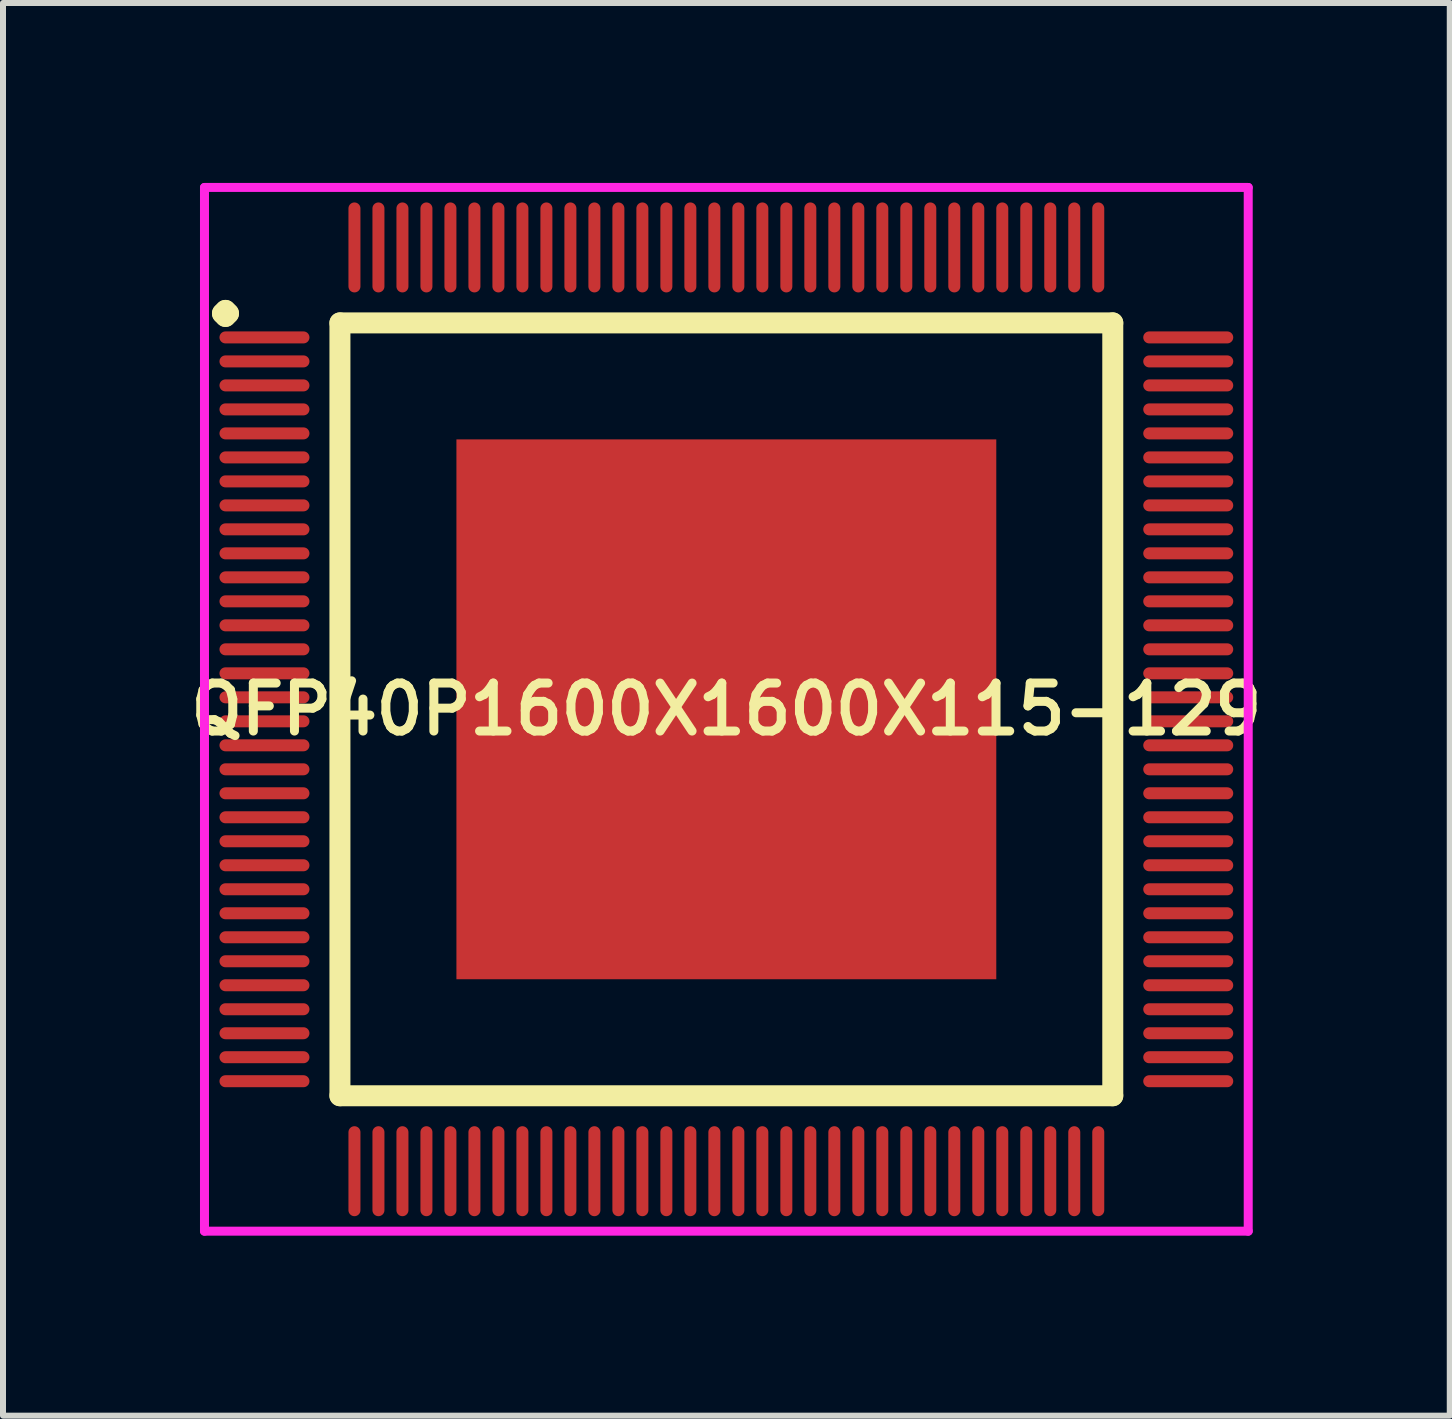
<source format=kicad_pcb>
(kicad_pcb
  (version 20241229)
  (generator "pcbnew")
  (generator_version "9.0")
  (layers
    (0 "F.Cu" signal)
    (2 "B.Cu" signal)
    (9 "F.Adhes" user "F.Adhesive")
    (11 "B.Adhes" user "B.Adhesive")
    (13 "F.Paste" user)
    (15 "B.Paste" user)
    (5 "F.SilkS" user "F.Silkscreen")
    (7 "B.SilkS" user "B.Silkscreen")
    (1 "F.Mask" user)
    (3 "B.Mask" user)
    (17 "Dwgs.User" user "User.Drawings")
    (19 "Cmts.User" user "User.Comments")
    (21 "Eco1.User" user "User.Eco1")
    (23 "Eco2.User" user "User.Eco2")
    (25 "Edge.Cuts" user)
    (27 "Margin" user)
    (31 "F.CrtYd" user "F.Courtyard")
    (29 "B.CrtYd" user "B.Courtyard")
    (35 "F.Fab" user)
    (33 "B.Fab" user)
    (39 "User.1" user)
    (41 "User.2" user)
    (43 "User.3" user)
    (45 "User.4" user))
  (footprint "QFP40P1600X1600X115-129"
    (layer "F.Cu")
    (at 9.059 8.775)
    (property "Reference" "QFP40P1600X1600X115-129" (at 0 0 0) (layer "F.SilkS") (effects (font (size 0.8 0.8) (thickness 0.15))))
    (attr smd)
    (fp_line (start -8.4 -6.6) (end -8.35 -6.65) (stroke (width 0.35) (type solid)) (layer "F.SilkS"))
    (fp_line (start -8.35 -6.65) (end -8.3 -6.6) (stroke (width 0.35) (type solid)) (layer "F.SilkS"))
    (fp_line (start -8.35 -6.55) (end -8.4 -6.6) (stroke (width 0.35) (type solid)) (layer "F.SilkS"))
    (fp_line (start -8.3 -6.6) (end -8.35 -6.55) (stroke (width 0.35) (type solid)) (layer "F.SilkS"))
    (fp_line (start -6.442 -6.442) (end -6.442 6.442) (stroke (width 0.35) (type solid)) (layer "F.SilkS"))
    (fp_line (start -6.442 6.442) (end 6.442 6.442) (stroke (width 0.35) (type solid)) (layer "F.SilkS"))
    (fp_line (start 6.442 -6.442) (end -6.442 -6.442) (stroke (width 0.35) (type solid)) (layer "F.SilkS"))
    (fp_line (start 6.442 6.442) (end 6.442 -6.442) (stroke (width 0.35) (type solid)) (layer "F.SilkS"))
    (fp_line (start -8.7 -8.7) (end 8.7 -8.7) (stroke (width 0.15) (type solid)) (layer "F.CrtYd"))
    (fp_line (start -8.7 8.7) (end -8.7 -8.7) (stroke (width 0.15) (type solid)) (layer "F.CrtYd"))
    (fp_line (start 8.7 -8.7) (end 8.7 8.7) (stroke (width 0.15) (type solid)) (layer "F.CrtYd"))
    (fp_line (start 8.7 8.7) (end -8.7 8.7) (stroke (width 0.15) (type solid)) (layer "F.CrtYd"))
    (pad "1" smd oval (at -7.7 -6.2) (size 1.5 0.2) (layers "F.Cu" "F.Mask" "F.Paste"))
    (pad "2" smd oval (at -7.7 -5.8) (size 1.5 0.2) (layers "F.Cu" "F.Mask" "F.Paste"))
    (pad "3" smd oval (at -7.7 -5.4) (size 1.5 0.2) (layers "F.Cu" "F.Mask" "F.Paste"))
    (pad "4" smd oval (at -7.7 -5) (size 1.5 0.2) (layers "F.Cu" "F.Mask" "F.Paste"))
    (pad "5" smd oval (at -7.7 -4.6) (size 1.5 0.2) (layers "F.Cu" "F.Mask" "F.Paste"))
    (pad "6" smd oval (at -7.7 -4.2) (size 1.5 0.2) (layers "F.Cu" "F.Mask" "F.Paste"))
    (pad "7" smd oval (at -7.7 -3.8) (size 1.5 0.2) (layers "F.Cu" "F.Mask" "F.Paste"))
    (pad "8" smd oval (at -7.7 -3.4) (size 1.5 0.2) (layers "F.Cu" "F.Mask" "F.Paste"))
    (pad "9" smd oval (at -7.7 -3) (size 1.5 0.2) (layers "F.Cu" "F.Mask" "F.Paste"))
    (pad "10" smd oval (at -7.7 -2.6) (size 1.5 0.2) (layers "F.Cu" "F.Mask" "F.Paste"))
    (pad "11" smd oval (at -7.7 -2.2) (size 1.5 0.2) (layers "F.Cu" "F.Mask" "F.Paste"))
    (pad "12" smd oval (at -7.7 -1.8) (size 1.5 0.2) (layers "F.Cu" "F.Mask" "F.Paste"))
    (pad "13" smd oval (at -7.7 -1.4) (size 1.5 0.2) (layers "F.Cu" "F.Mask" "F.Paste"))
    (pad "14" smd oval (at -7.7 -1) (size 1.5 0.2) (layers "F.Cu" "F.Mask" "F.Paste"))
    (pad "15" smd oval (at -7.7 -0.6) (size 1.5 0.2) (layers "F.Cu" "F.Mask" "F.Paste"))
    (pad "16" smd oval (at -7.7 -0.2) (size 1.5 0.2) (layers "F.Cu" "F.Mask" "F.Paste"))
    (pad "17" smd oval (at -7.7 0.2) (size 1.5 0.2) (layers "F.Cu" "F.Mask" "F.Paste"))
    (pad "18" smd oval (at -7.7 0.6) (size 1.5 0.2) (layers "F.Cu" "F.Mask" "F.Paste"))
    (pad "19" smd oval (at -7.7 1) (size 1.5 0.2) (layers "F.Cu" "F.Mask" "F.Paste"))
    (pad "20" smd oval (at -7.7 1.4) (size 1.5 0.2) (layers "F.Cu" "F.Mask" "F.Paste"))
    (pad "21" smd oval (at -7.7 1.8) (size 1.5 0.2) (layers "F.Cu" "F.Mask" "F.Paste"))
    (pad "22" smd oval (at -7.7 2.2) (size 1.5 0.2) (layers "F.Cu" "F.Mask" "F.Paste"))
    (pad "23" smd oval (at -7.7 2.6) (size 1.5 0.2) (layers "F.Cu" "F.Mask" "F.Paste"))
    (pad "24" smd oval (at -7.7 3) (size 1.5 0.2) (layers "F.Cu" "F.Mask" "F.Paste"))
    (pad "25" smd oval (at -7.7 3.4) (size 1.5 0.2) (layers "F.Cu" "F.Mask" "F.Paste"))
    (pad "26" smd oval (at -7.7 3.8) (size 1.5 0.2) (layers "F.Cu" "F.Mask" "F.Paste"))
    (pad "27" smd oval (at -7.7 4.2) (size 1.5 0.2) (layers "F.Cu" "F.Mask" "F.Paste"))
    (pad "28" smd oval (at -7.7 4.6) (size 1.5 0.2) (layers "F.Cu" "F.Mask" "F.Paste"))
    (pad "29" smd oval (at -7.7 5) (size 1.5 0.2) (layers "F.Cu" "F.Mask" "F.Paste"))
    (pad "30" smd oval (at -7.7 5.4) (size 1.5 0.2) (layers "F.Cu" "F.Mask" "F.Paste"))
    (pad "31" smd oval (at -7.7 5.8) (size 1.5 0.2) (layers "F.Cu" "F.Mask" "F.Paste"))
    (pad "32" smd oval (at -7.7 6.2) (size 1.5 0.2) (layers "F.Cu" "F.Mask" "F.Paste"))
    (pad "33" smd oval (at -6.2 7.7) (size 0.2 1.5) (layers "F.Cu" "F.Mask" "F.Paste"))
    (pad "34" smd oval (at -5.8 7.7) (size 0.2 1.5) (layers "F.Cu" "F.Mask" "F.Paste"))
    (pad "35" smd oval (at -5.4 7.7) (size 0.2 1.5) (layers "F.Cu" "F.Mask" "F.Paste"))
    (pad "36" smd oval (at -5 7.7) (size 0.2 1.5) (layers "F.Cu" "F.Mask" "F.Paste"))
    (pad "37" smd oval (at -4.6 7.7) (size 0.2 1.5) (layers "F.Cu" "F.Mask" "F.Paste"))
    (pad "38" smd oval (at -4.2 7.7) (size 0.2 1.5) (layers "F.Cu" "F.Mask" "F.Paste"))
    (pad "39" smd oval (at -3.8 7.7) (size 0.2 1.5) (layers "F.Cu" "F.Mask" "F.Paste"))
    (pad "40" smd oval (at -3.4 7.7) (size 0.2 1.5) (layers "F.Cu" "F.Mask" "F.Paste"))
    (pad "41" smd oval (at -3 7.7) (size 0.2 1.5) (layers "F.Cu" "F.Mask" "F.Paste"))
    (pad "42" smd oval (at -2.6 7.7) (size 0.2 1.5) (layers "F.Cu" "F.Mask" "F.Paste"))
    (pad "43" smd oval (at -2.2 7.7) (size 0.2 1.5) (layers "F.Cu" "F.Mask" "F.Paste"))
    (pad "44" smd oval (at -1.8 7.7) (size 0.2 1.5) (layers "F.Cu" "F.Mask" "F.Paste"))
    (pad "45" smd oval (at -1.4 7.7) (size 0.2 1.5) (layers "F.Cu" "F.Mask" "F.Paste"))
    (pad "46" smd oval (at -1 7.7) (size 0.2 1.5) (layers "F.Cu" "F.Mask" "F.Paste"))
    (pad "47" smd oval (at -0.6 7.7) (size 0.2 1.5) (layers "F.Cu" "F.Mask" "F.Paste"))
    (pad "48" smd oval (at -0.2 7.7) (size 0.2 1.5) (layers "F.Cu" "F.Mask" "F.Paste"))
    (pad "49" smd oval (at 0.2 7.7) (size 0.2 1.5) (layers "F.Cu" "F.Mask" "F.Paste"))
    (pad "50" smd oval (at 0.6 7.7) (size 0.2 1.5) (layers "F.Cu" "F.Mask" "F.Paste"))
    (pad "51" smd oval (at 1 7.7) (size 0.2 1.5) (layers "F.Cu" "F.Mask" "F.Paste"))
    (pad "52" smd oval (at 1.4 7.7) (size 0.2 1.5) (layers "F.Cu" "F.Mask" "F.Paste"))
    (pad "53" smd oval (at 1.8 7.7) (size 0.2 1.5) (layers "F.Cu" "F.Mask" "F.Paste"))
    (pad "54" smd oval (at 2.2 7.7) (size 0.2 1.5) (layers "F.Cu" "F.Mask" "F.Paste"))
    (pad "55" smd oval (at 2.6 7.7) (size 0.2 1.5) (layers "F.Cu" "F.Mask" "F.Paste"))
    (pad "56" smd oval (at 3 7.7) (size 0.2 1.5) (layers "F.Cu" "F.Mask" "F.Paste"))
    (pad "57" smd oval (at 3.4 7.7) (size 0.2 1.5) (layers "F.Cu" "F.Mask" "F.Paste"))
    (pad "58" smd oval (at 3.8 7.7) (size 0.2 1.5) (layers "F.Cu" "F.Mask" "F.Paste"))
    (pad "59" smd oval (at 4.2 7.7) (size 0.2 1.5) (layers "F.Cu" "F.Mask" "F.Paste"))
    (pad "60" smd oval (at 4.6 7.7) (size 0.2 1.5) (layers "F.Cu" "F.Mask" "F.Paste"))
    (pad "61" smd oval (at 5 7.7) (size 0.2 1.5) (layers "F.Cu" "F.Mask" "F.Paste"))
    (pad "62" smd oval (at 5.4 7.7) (size 0.2 1.5) (layers "F.Cu" "F.Mask" "F.Paste"))
    (pad "63" smd oval (at 5.8 7.7) (size 0.2 1.5) (layers "F.Cu" "F.Mask" "F.Paste"))
    (pad "64" smd oval (at 6.2 7.7) (size 0.2 1.5) (layers "F.Cu" "F.Mask" "F.Paste"))
    (pad "65" smd oval (at 7.7 6.2) (size 1.5 0.2) (layers "F.Cu" "F.Mask" "F.Paste"))
    (pad "66" smd oval (at 7.7 5.8) (size 1.5 0.2) (layers "F.Cu" "F.Mask" "F.Paste"))
    (pad "67" smd oval (at 7.7 5.4) (size 1.5 0.2) (layers "F.Cu" "F.Mask" "F.Paste"))
    (pad "68" smd oval (at 7.7 5) (size 1.5 0.2) (layers "F.Cu" "F.Mask" "F.Paste"))
    (pad "69" smd oval (at 7.7 4.6) (size 1.5 0.2) (layers "F.Cu" "F.Mask" "F.Paste"))
    (pad "70" smd oval (at 7.7 4.2) (size 1.5 0.2) (layers "F.Cu" "F.Mask" "F.Paste"))
    (pad "71" smd oval (at 7.7 3.8) (size 1.5 0.2) (layers "F.Cu" "F.Mask" "F.Paste"))
    (pad "72" smd oval (at 7.7 3.4) (size 1.5 0.2) (layers "F.Cu" "F.Mask" "F.Paste"))
    (pad "73" smd oval (at 7.7 3) (size 1.5 0.2) (layers "F.Cu" "F.Mask" "F.Paste"))
    (pad "74" smd oval (at 7.7 2.6) (size 1.5 0.2) (layers "F.Cu" "F.Mask" "F.Paste"))
    (pad "75" smd oval (at 7.7 2.2) (size 1.5 0.2) (layers "F.Cu" "F.Mask" "F.Paste"))
    (pad "76" smd oval (at 7.7 1.8) (size 1.5 0.2) (layers "F.Cu" "F.Mask" "F.Paste"))
    (pad "77" smd oval (at 7.7 1.4) (size 1.5 0.2) (layers "F.Cu" "F.Mask" "F.Paste"))
    (pad "78" smd oval (at 7.7 1) (size 1.5 0.2) (layers "F.Cu" "F.Mask" "F.Paste"))
    (pad "79" smd oval (at 7.7 0.6) (size 1.5 0.2) (layers "F.Cu" "F.Mask" "F.Paste"))
    (pad "80" smd oval (at 7.7 0.2) (size 1.5 0.2) (layers "F.Cu" "F.Mask" "F.Paste"))
    (pad "81" smd oval (at 7.7 -0.2) (size 1.5 0.2) (layers "F.Cu" "F.Mask" "F.Paste"))
    (pad "82" smd oval (at 7.7 -0.6) (size 1.5 0.2) (layers "F.Cu" "F.Mask" "F.Paste"))
    (pad "83" smd oval (at 7.7 -1) (size 1.5 0.2) (layers "F.Cu" "F.Mask" "F.Paste"))
    (pad "84" smd oval (at 7.7 -1.4) (size 1.5 0.2) (layers "F.Cu" "F.Mask" "F.Paste"))
    (pad "85" smd oval (at 7.7 -1.8) (size 1.5 0.2) (layers "F.Cu" "F.Mask" "F.Paste"))
    (pad "86" smd oval (at 7.7 -2.2) (size 1.5 0.2) (layers "F.Cu" "F.Mask" "F.Paste"))
    (pad "87" smd oval (at 7.7 -2.6) (size 1.5 0.2) (layers "F.Cu" "F.Mask" "F.Paste"))
    (pad "88" smd oval (at 7.7 -3) (size 1.5 0.2) (layers "F.Cu" "F.Mask" "F.Paste"))
    (pad "89" smd oval (at 7.7 -3.4) (size 1.5 0.2) (layers "F.Cu" "F.Mask" "F.Paste"))
    (pad "90" smd oval (at 7.7 -3.8) (size 1.5 0.2) (layers "F.Cu" "F.Mask" "F.Paste"))
    (pad "91" smd oval (at 7.7 -4.2) (size 1.5 0.2) (layers "F.Cu" "F.Mask" "F.Paste"))
    (pad "92" smd oval (at 7.7 -4.6) (size 1.5 0.2) (layers "F.Cu" "F.Mask" "F.Paste"))
    (pad "93" smd oval (at 7.7 -5) (size 1.5 0.2) (layers "F.Cu" "F.Mask" "F.Paste"))
    (pad "94" smd oval (at 7.7 -5.4) (size 1.5 0.2) (layers "F.Cu" "F.Mask" "F.Paste"))
    (pad "95" smd oval (at 7.7 -5.8) (size 1.5 0.2) (layers "F.Cu" "F.Mask" "F.Paste"))
    (pad "96" smd oval (at 7.7 -6.2) (size 1.5 0.2) (layers "F.Cu" "F.Mask" "F.Paste"))
    (pad "97" smd oval (at 6.2 -7.7) (size 0.2 1.5) (layers "F.Cu" "F.Mask" "F.Paste"))
    (pad "98" smd oval (at 5.8 -7.7) (size 0.2 1.5) (layers "F.Cu" "F.Mask" "F.Paste"))
    (pad "99" smd oval (at 5.4 -7.7) (size 0.2 1.5) (layers "F.Cu" "F.Mask" "F.Paste"))
    (pad "100" smd oval (at 5 -7.7) (size 0.2 1.5) (layers "F.Cu" "F.Mask" "F.Paste"))
    (pad "101" smd oval (at 4.6 -7.7) (size 0.2 1.5) (layers "F.Cu" "F.Mask" "F.Paste"))
    (pad "102" smd oval (at 4.2 -7.7) (size 0.2 1.5) (layers "F.Cu" "F.Mask" "F.Paste"))
    (pad "103" smd oval (at 3.8 -7.7) (size 0.2 1.5) (layers "F.Cu" "F.Mask" "F.Paste"))
    (pad "104" smd oval (at 3.4 -7.7) (size 0.2 1.5) (layers "F.Cu" "F.Mask" "F.Paste"))
    (pad "105" smd oval (at 3 -7.7) (size 0.2 1.5) (layers "F.Cu" "F.Mask" "F.Paste"))
    (pad "106" smd oval (at 2.6 -7.7) (size 0.2 1.5) (layers "F.Cu" "F.Mask" "F.Paste"))
    (pad "107" smd oval (at 2.2 -7.7) (size 0.2 1.5) (layers "F.Cu" "F.Mask" "F.Paste"))
    (pad "108" smd oval (at 1.8 -7.7) (size 0.2 1.5) (layers "F.Cu" "F.Mask" "F.Paste"))
    (pad "109" smd oval (at 1.4 -7.7) (size 0.2 1.5) (layers "F.Cu" "F.Mask" "F.Paste"))
    (pad "110" smd oval (at 1 -7.7) (size 0.2 1.5) (layers "F.Cu" "F.Mask" "F.Paste"))
    (pad "111" smd oval (at 0.6 -7.7) (size 0.2 1.5) (layers "F.Cu" "F.Mask" "F.Paste"))
    (pad "112" smd oval (at 0.2 -7.7) (size 0.2 1.5) (layers "F.Cu" "F.Mask" "F.Paste"))
    (pad "113" smd oval (at -0.2 -7.7) (size 0.2 1.5) (layers "F.Cu" "F.Mask" "F.Paste"))
    (pad "114" smd oval (at -0.6 -7.7) (size 0.2 1.5) (layers "F.Cu" "F.Mask" "F.Paste"))
    (pad "115" smd oval (at -1 -7.7) (size 0.2 1.5) (layers "F.Cu" "F.Mask" "F.Paste"))
    (pad "116" smd oval (at -1.4 -7.7) (size 0.2 1.5) (layers "F.Cu" "F.Mask" "F.Paste"))
    (pad "117" smd oval (at -1.8 -7.7) (size 0.2 1.5) (layers "F.Cu" "F.Mask" "F.Paste"))
    (pad "118" smd oval (at -2.2 -7.7) (size 0.2 1.5) (layers "F.Cu" "F.Mask" "F.Paste"))
    (pad "119" smd oval (at -2.6 -7.7) (size 0.2 1.5) (layers "F.Cu" "F.Mask" "F.Paste"))
    (pad "120" smd oval (at -3 -7.7) (size 0.2 1.5) (layers "F.Cu" "F.Mask" "F.Paste"))
    (pad "121" smd oval (at -3.4 -7.7) (size 0.2 1.5) (layers "F.Cu" "F.Mask" "F.Paste"))
    (pad "122" smd oval (at -3.8 -7.7) (size 0.2 1.5) (layers "F.Cu" "F.Mask" "F.Paste"))
    (pad "123" smd oval (at -4.2 -7.7) (size 0.2 1.5) (layers "F.Cu" "F.Mask" "F.Paste"))
    (pad "124" smd oval (at -4.6 -7.7) (size 0.2 1.5) (layers "F.Cu" "F.Mask" "F.Paste"))
    (pad "125" smd oval (at -5 -7.7) (size 0.2 1.5) (layers "F.Cu" "F.Mask" "F.Paste"))
    (pad "126" smd oval (at -5.4 -7.7) (size 0.2 1.5) (layers "F.Cu" "F.Mask" "F.Paste"))
    (pad "127" smd oval (at -5.8 -7.7) (size 0.2 1.5) (layers "F.Cu" "F.Mask" "F.Paste"))
    (pad "128" smd oval (at -6.2 -7.7) (size 0.2 1.5) (layers "F.Cu" "F.Mask" "F.Paste"))
    (pad "129" smd rect (at 0 0) (size 9 9) (layers "F.Cu" "F.Mask" "F.Paste")))
  (gr_rect
    (start -3 -3)
    (end 21.119 20.55)
    (stroke (width 0.1) (type default))
    (fill no)
    (layer "Edge.Cuts")))
</source>
